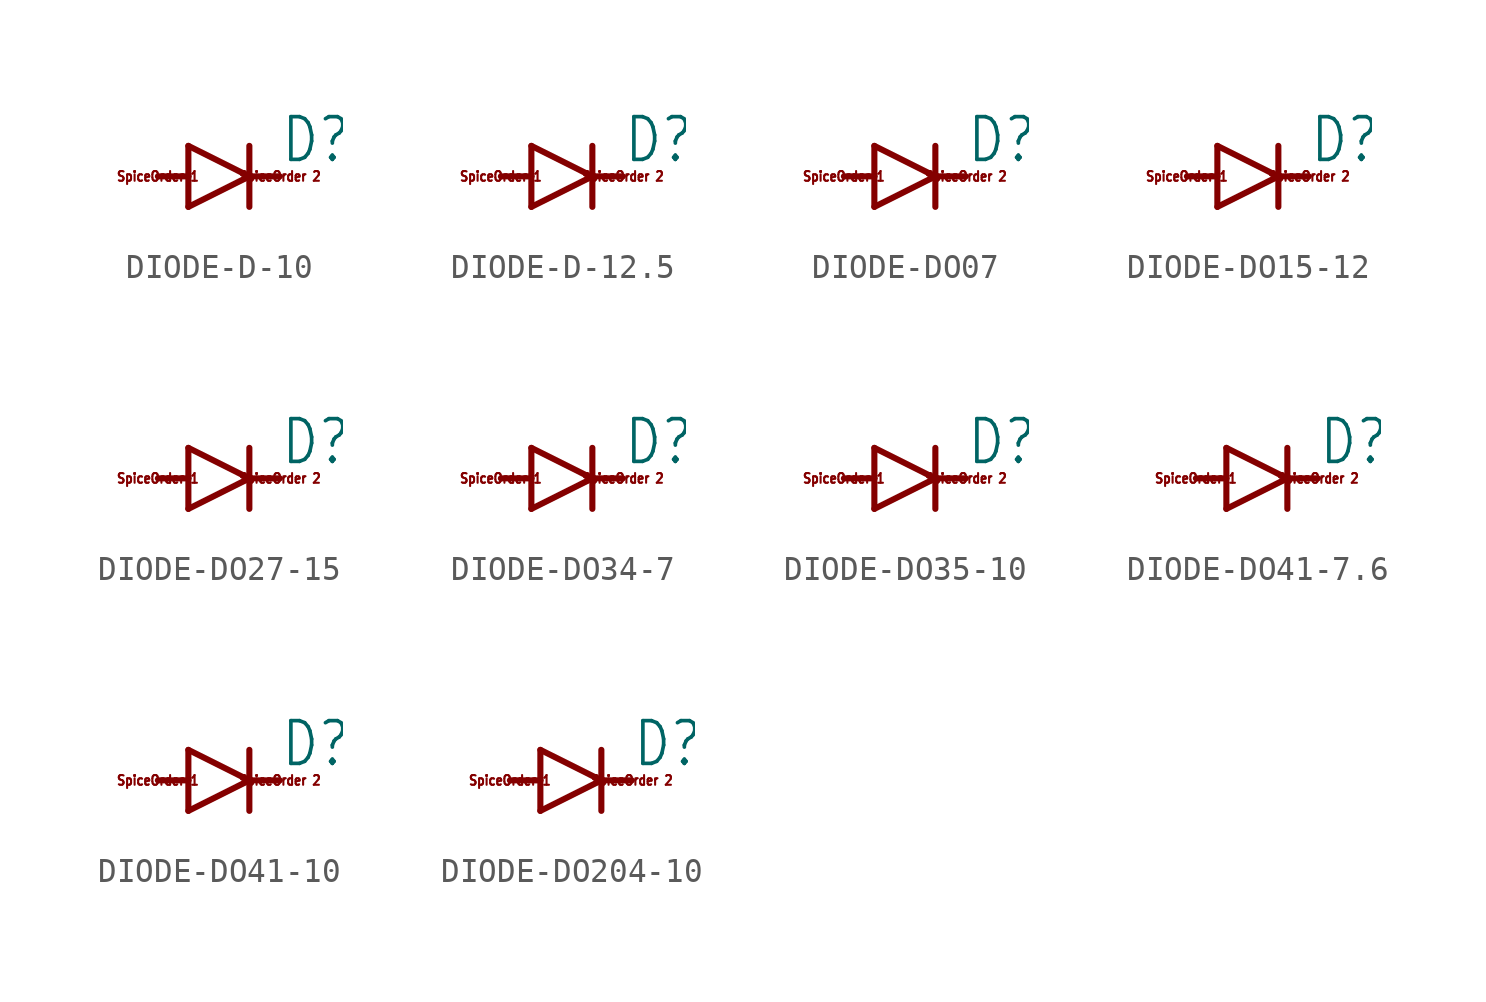
<source format=kicad_sym>
(kicad_symbol_lib
  (version 20220914)
  (generator kicad_symbol_editor)
  (symbol "DIODE-D-10"
    (property "Reference" "D"
      (at 2.54 0.483 0)
      (effects (font (size 1.778 1.511)) (justify left bottom)))
    (property "Value" ""
      (at 2.54 -2.311 0)
      (effects (font (size 1.778 1.511)) (justify left bottom)))
    (property "ki_locked" ""
      (at 0 0 0)
      (effects (font (size 1.27 1.27))))
    (symbol "DIODE-D-10_1_0"
      (polyline (pts (xy -1.27 -1.27) (xy 1.27 0)) (stroke (width 0.254) (type solid)) (fill (type none)))
      (polyline (pts (xy -1.27 0) (xy -2.54 0)) (stroke (width 0.254) (type solid)) (fill (type none)))
      (polyline (pts (xy -1.27 0) (xy -1.27 -1.27)) (stroke (width 0.254) (type solid)) (fill (type none)))
      (polyline (pts (xy -1.27 1.27) (xy -1.27 0)) (stroke (width 0.254) (type solid)) (fill (type none)))
      (polyline (pts (xy 1.27 0) (xy -1.27 1.27)) (stroke (width 0.254) (type solid)) (fill (type none)))
      (polyline (pts (xy 1.27 0) (xy 1.27 -1.27)) (stroke (width 0.254) (type solid)) (fill (type none)))
      (polyline (pts (xy 1.27 1.27) (xy 1.27 0)) (stroke (width 0.254) (type solid)) (fill (type none)))
      (polyline (pts (xy 2.54 0) (xy 1.27 0)) (stroke (width 0.254) (type solid)) (fill (type none)))
      (text "SpiceOrder 1" (at -2.54 0 0) (effects (font (size 0.406 0.345))))
      (text "SpiceOrder 2" (at 2.54 0 0) (effects (font (size 0.406 0.345))))
      (pin passive line (at -2.54 0 0) (length 0) (name "A" (effects (font (size 0 0)))) (number "A" (effects (font (size 0 0)))))
      (pin passive line (at 2.54 0 180) (length 0) (name "C" (effects (font (size 0 0)))) (number "C" (effects (font (size 0 0)))))))
  (symbol "DIODE-D-12.5"
    (property "Reference" "D"
      (at 2.54 0.483 0)
      (effects (font (size 1.778 1.511)) (justify left bottom)))
    (property "Value" ""
      (at 2.54 -2.311 0)
      (effects (font (size 1.778 1.511)) (justify left bottom)))
    (property "ki_locked" ""
      (at 0 0 0)
      (effects (font (size 1.27 1.27))))
    (symbol "DIODE-D-12.5_1_0"
      (polyline (pts (xy -1.27 -1.27) (xy 1.27 0)) (stroke (width 0.254) (type solid)) (fill (type none)))
      (polyline (pts (xy -1.27 0) (xy -2.54 0)) (stroke (width 0.254) (type solid)) (fill (type none)))
      (polyline (pts (xy -1.27 0) (xy -1.27 -1.27)) (stroke (width 0.254) (type solid)) (fill (type none)))
      (polyline (pts (xy -1.27 1.27) (xy -1.27 0)) (stroke (width 0.254) (type solid)) (fill (type none)))
      (polyline (pts (xy 1.27 0) (xy -1.27 1.27)) (stroke (width 0.254) (type solid)) (fill (type none)))
      (polyline (pts (xy 1.27 0) (xy 1.27 -1.27)) (stroke (width 0.254) (type solid)) (fill (type none)))
      (polyline (pts (xy 1.27 1.27) (xy 1.27 0)) (stroke (width 0.254) (type solid)) (fill (type none)))
      (polyline (pts (xy 2.54 0) (xy 1.27 0)) (stroke (width 0.254) (type solid)) (fill (type none)))
      (text "SpiceOrder 1" (at -2.54 0 0) (effects (font (size 0.406 0.345))))
      (text "SpiceOrder 2" (at 2.54 0 0) (effects (font (size 0.406 0.345))))
      (pin passive line (at -2.54 0 0) (length 0) (name "A" (effects (font (size 0 0)))) (number "A" (effects (font (size 0 0)))))
      (pin passive line (at 2.54 0 180) (length 0) (name "C" (effects (font (size 0 0)))) (number "C" (effects (font (size 0 0)))))))
  (symbol "DIODE-DO07"
    (property "Reference" "D"
      (at 2.54 0.483 0)
      (effects (font (size 1.778 1.511)) (justify left bottom)))
    (property "Value" ""
      (at 2.54 -2.311 0)
      (effects (font (size 1.778 1.511)) (justify left bottom)))
    (property "ki_locked" ""
      (at 0 0 0)
      (effects (font (size 1.27 1.27))))
    (symbol "DIODE-DO07_1_0"
      (polyline (pts (xy -1.27 -1.27) (xy 1.27 0)) (stroke (width 0.254) (type solid)) (fill (type none)))
      (polyline (pts (xy -1.27 0) (xy -2.54 0)) (stroke (width 0.254) (type solid)) (fill (type none)))
      (polyline (pts (xy -1.27 0) (xy -1.27 -1.27)) (stroke (width 0.254) (type solid)) (fill (type none)))
      (polyline (pts (xy -1.27 1.27) (xy -1.27 0)) (stroke (width 0.254) (type solid)) (fill (type none)))
      (polyline (pts (xy 1.27 0) (xy -1.27 1.27)) (stroke (width 0.254) (type solid)) (fill (type none)))
      (polyline (pts (xy 1.27 0) (xy 1.27 -1.27)) (stroke (width 0.254) (type solid)) (fill (type none)))
      (polyline (pts (xy 1.27 1.27) (xy 1.27 0)) (stroke (width 0.254) (type solid)) (fill (type none)))
      (polyline (pts (xy 2.54 0) (xy 1.27 0)) (stroke (width 0.254) (type solid)) (fill (type none)))
      (text "SpiceOrder 1" (at -2.54 0 0) (effects (font (size 0.406 0.345))))
      (text "SpiceOrder 2" (at 2.54 0 0) (effects (font (size 0.406 0.345))))
      (pin passive line (at -2.54 0 0) (length 0) (name "A" (effects (font (size 0 0)))) (number "A" (effects (font (size 0 0)))))
      (pin passive line (at 2.54 0 180) (length 0) (name "C" (effects (font (size 0 0)))) (number "C" (effects (font (size 0 0)))))))
  (symbol "DIODE-DO15-12"
    (property "Reference" "D"
      (at 2.54 0.483 0)
      (effects (font (size 1.778 1.511)) (justify left bottom)))
    (property "Value" ""
      (at 2.54 -2.311 0)
      (effects (font (size 1.778 1.511)) (justify left bottom)))
    (property "ki_locked" ""
      (at 0 0 0)
      (effects (font (size 1.27 1.27))))
    (symbol "DIODE-DO15-12_1_0"
      (polyline (pts (xy -1.27 -1.27) (xy 1.27 0)) (stroke (width 0.254) (type solid)) (fill (type none)))
      (polyline (pts (xy -1.27 0) (xy -2.54 0)) (stroke (width 0.254) (type solid)) (fill (type none)))
      (polyline (pts (xy -1.27 0) (xy -1.27 -1.27)) (stroke (width 0.254) (type solid)) (fill (type none)))
      (polyline (pts (xy -1.27 1.27) (xy -1.27 0)) (stroke (width 0.254) (type solid)) (fill (type none)))
      (polyline (pts (xy 1.27 0) (xy -1.27 1.27)) (stroke (width 0.254) (type solid)) (fill (type none)))
      (polyline (pts (xy 1.27 0) (xy 1.27 -1.27)) (stroke (width 0.254) (type solid)) (fill (type none)))
      (polyline (pts (xy 1.27 1.27) (xy 1.27 0)) (stroke (width 0.254) (type solid)) (fill (type none)))
      (polyline (pts (xy 2.54 0) (xy 1.27 0)) (stroke (width 0.254) (type solid)) (fill (type none)))
      (text "SpiceOrder 1" (at -2.54 0 0) (effects (font (size 0.406 0.345))))
      (text "SpiceOrder 2" (at 2.54 0 0) (effects (font (size 0.406 0.345))))
      (pin passive line (at -2.54 0 0) (length 0) (name "A" (effects (font (size 0 0)))) (number "A" (effects (font (size 0 0)))))
      (pin passive line (at 2.54 0 180) (length 0) (name "C" (effects (font (size 0 0)))) (number "C" (effects (font (size 0 0)))))))
  (symbol "DIODE-DO27-15"
    (property "Reference" "D"
      (at 2.54 0.483 0)
      (effects (font (size 1.778 1.511)) (justify left bottom)))
    (property "Value" ""
      (at 2.54 -2.311 0)
      (effects (font (size 1.778 1.511)) (justify left bottom)))
    (property "ki_locked" ""
      (at 0 0 0)
      (effects (font (size 1.27 1.27))))
    (symbol "DIODE-DO27-15_1_0"
      (polyline (pts (xy -1.27 -1.27) (xy 1.27 0)) (stroke (width 0.254) (type solid)) (fill (type none)))
      (polyline (pts (xy -1.27 0) (xy -2.54 0)) (stroke (width 0.254) (type solid)) (fill (type none)))
      (polyline (pts (xy -1.27 0) (xy -1.27 -1.27)) (stroke (width 0.254) (type solid)) (fill (type none)))
      (polyline (pts (xy -1.27 1.27) (xy -1.27 0)) (stroke (width 0.254) (type solid)) (fill (type none)))
      (polyline (pts (xy 1.27 0) (xy -1.27 1.27)) (stroke (width 0.254) (type solid)) (fill (type none)))
      (polyline (pts (xy 1.27 0) (xy 1.27 -1.27)) (stroke (width 0.254) (type solid)) (fill (type none)))
      (polyline (pts (xy 1.27 1.27) (xy 1.27 0)) (stroke (width 0.254) (type solid)) (fill (type none)))
      (polyline (pts (xy 2.54 0) (xy 1.27 0)) (stroke (width 0.254) (type solid)) (fill (type none)))
      (text "SpiceOrder 1" (at -2.54 0 0) (effects (font (size 0.406 0.345))))
      (text "SpiceOrder 2" (at 2.54 0 0) (effects (font (size 0.406 0.345))))
      (pin passive line (at -2.54 0 0) (length 0) (name "A" (effects (font (size 0 0)))) (number "A" (effects (font (size 0 0)))))
      (pin passive line (at 2.54 0 180) (length 0) (name "C" (effects (font (size 0 0)))) (number "C" (effects (font (size 0 0)))))))
  (symbol "DIODE-DO34-7"
    (property "Reference" "D"
      (at 2.54 0.483 0)
      (effects (font (size 1.778 1.511)) (justify left bottom)))
    (property "Value" ""
      (at 2.54 -2.311 0)
      (effects (font (size 1.778 1.511)) (justify left bottom)))
    (property "ki_locked" ""
      (at 0 0 0)
      (effects (font (size 1.27 1.27))))
    (symbol "DIODE-DO34-7_1_0"
      (polyline (pts (xy -1.27 -1.27) (xy 1.27 0)) (stroke (width 0.254) (type solid)) (fill (type none)))
      (polyline (pts (xy -1.27 0) (xy -2.54 0)) (stroke (width 0.254) (type solid)) (fill (type none)))
      (polyline (pts (xy -1.27 0) (xy -1.27 -1.27)) (stroke (width 0.254) (type solid)) (fill (type none)))
      (polyline (pts (xy -1.27 1.27) (xy -1.27 0)) (stroke (width 0.254) (type solid)) (fill (type none)))
      (polyline (pts (xy 1.27 0) (xy -1.27 1.27)) (stroke (width 0.254) (type solid)) (fill (type none)))
      (polyline (pts (xy 1.27 0) (xy 1.27 -1.27)) (stroke (width 0.254) (type solid)) (fill (type none)))
      (polyline (pts (xy 1.27 1.27) (xy 1.27 0)) (stroke (width 0.254) (type solid)) (fill (type none)))
      (polyline (pts (xy 2.54 0) (xy 1.27 0)) (stroke (width 0.254) (type solid)) (fill (type none)))
      (text "SpiceOrder 1" (at -2.54 0 0) (effects (font (size 0.406 0.345))))
      (text "SpiceOrder 2" (at 2.54 0 0) (effects (font (size 0.406 0.345))))
      (pin passive line (at -2.54 0 0) (length 0) (name "A" (effects (font (size 0 0)))) (number "A" (effects (font (size 0 0)))))
      (pin passive line (at 2.54 0 180) (length 0) (name "C" (effects (font (size 0 0)))) (number "C" (effects (font (size 0 0)))))))
  (symbol "DIODE-DO35-10"
    (property "Reference" "D"
      (at 2.54 0.483 0)
      (effects (font (size 1.778 1.511)) (justify left bottom)))
    (property "Value" ""
      (at 2.54 -2.311 0)
      (effects (font (size 1.778 1.511)) (justify left bottom)))
    (property "ki_locked" ""
      (at 0 0 0)
      (effects (font (size 1.27 1.27))))
    (symbol "DIODE-DO35-10_1_0"
      (polyline (pts (xy -1.27 -1.27) (xy 1.27 0)) (stroke (width 0.254) (type solid)) (fill (type none)))
      (polyline (pts (xy -1.27 0) (xy -2.54 0)) (stroke (width 0.254) (type solid)) (fill (type none)))
      (polyline (pts (xy -1.27 0) (xy -1.27 -1.27)) (stroke (width 0.254) (type solid)) (fill (type none)))
      (polyline (pts (xy -1.27 1.27) (xy -1.27 0)) (stroke (width 0.254) (type solid)) (fill (type none)))
      (polyline (pts (xy 1.27 0) (xy -1.27 1.27)) (stroke (width 0.254) (type solid)) (fill (type none)))
      (polyline (pts (xy 1.27 0) (xy 1.27 -1.27)) (stroke (width 0.254) (type solid)) (fill (type none)))
      (polyline (pts (xy 1.27 1.27) (xy 1.27 0)) (stroke (width 0.254) (type solid)) (fill (type none)))
      (polyline (pts (xy 2.54 0) (xy 1.27 0)) (stroke (width 0.254) (type solid)) (fill (type none)))
      (text "SpiceOrder 1" (at -2.54 0 0) (effects (font (size 0.406 0.345))))
      (text "SpiceOrder 2" (at 2.54 0 0) (effects (font (size 0.406 0.345))))
      (pin passive line (at -2.54 0 0) (length 0) (name "A" (effects (font (size 0 0)))) (number "A" (effects (font (size 0 0)))))
      (pin passive line (at 2.54 0 180) (length 0) (name "C" (effects (font (size 0 0)))) (number "C" (effects (font (size 0 0)))))))
  (symbol "DIODE-DO41-7.6"
    (property "Reference" "D"
      (at 2.54 0.483 0)
      (effects (font (size 1.778 1.511)) (justify left bottom)))
    (property "Value" ""
      (at 2.54 -2.311 0)
      (effects (font (size 1.778 1.511)) (justify left bottom)))
    (property "ki_locked" ""
      (at 0 0 0)
      (effects (font (size 1.27 1.27))))
    (symbol "DIODE-DO41-7.6_1_0"
      (polyline (pts (xy -1.27 -1.27) (xy 1.27 0)) (stroke (width 0.254) (type solid)) (fill (type none)))
      (polyline (pts (xy -1.27 0) (xy -2.54 0)) (stroke (width 0.254) (type solid)) (fill (type none)))
      (polyline (pts (xy -1.27 0) (xy -1.27 -1.27)) (stroke (width 0.254) (type solid)) (fill (type none)))
      (polyline (pts (xy -1.27 1.27) (xy -1.27 0)) (stroke (width 0.254) (type solid)) (fill (type none)))
      (polyline (pts (xy 1.27 0) (xy -1.27 1.27)) (stroke (width 0.254) (type solid)) (fill (type none)))
      (polyline (pts (xy 1.27 0) (xy 1.27 -1.27)) (stroke (width 0.254) (type solid)) (fill (type none)))
      (polyline (pts (xy 1.27 1.27) (xy 1.27 0)) (stroke (width 0.254) (type solid)) (fill (type none)))
      (polyline (pts (xy 2.54 0) (xy 1.27 0)) (stroke (width 0.254) (type solid)) (fill (type none)))
      (text "SpiceOrder 1" (at -2.54 0 0) (effects (font (size 0.406 0.345))))
      (text "SpiceOrder 2" (at 2.54 0 0) (effects (font (size 0.406 0.345))))
      (pin passive line (at -2.54 0 0) (length 0) (name "A" (effects (font (size 0 0)))) (number "A" (effects (font (size 0 0)))))
      (pin passive line (at 2.54 0 180) (length 0) (name "C" (effects (font (size 0 0)))) (number "C" (effects (font (size 0 0)))))))
  (symbol "DIODE-DO41-10"
    (property "Reference" "D"
      (at 2.54 0.483 0)
      (effects (font (size 1.778 1.511)) (justify left bottom)))
    (property "Value" ""
      (at 2.54 -2.311 0)
      (effects (font (size 1.778 1.511)) (justify left bottom)))
    (property "ki_locked" ""
      (at 0 0 0)
      (effects (font (size 1.27 1.27))))
    (symbol "DIODE-DO41-10_1_0"
      (polyline (pts (xy -1.27 -1.27) (xy 1.27 0)) (stroke (width 0.254) (type solid)) (fill (type none)))
      (polyline (pts (xy -1.27 0) (xy -2.54 0)) (stroke (width 0.254) (type solid)) (fill (type none)))
      (polyline (pts (xy -1.27 0) (xy -1.27 -1.27)) (stroke (width 0.254) (type solid)) (fill (type none)))
      (polyline (pts (xy -1.27 1.27) (xy -1.27 0)) (stroke (width 0.254) (type solid)) (fill (type none)))
      (polyline (pts (xy 1.27 0) (xy -1.27 1.27)) (stroke (width 0.254) (type solid)) (fill (type none)))
      (polyline (pts (xy 1.27 0) (xy 1.27 -1.27)) (stroke (width 0.254) (type solid)) (fill (type none)))
      (polyline (pts (xy 1.27 1.27) (xy 1.27 0)) (stroke (width 0.254) (type solid)) (fill (type none)))
      (polyline (pts (xy 2.54 0) (xy 1.27 0)) (stroke (width 0.254) (type solid)) (fill (type none)))
      (text "SpiceOrder 1" (at -2.54 0 0) (effects (font (size 0.406 0.345))))
      (text "SpiceOrder 2" (at 2.54 0 0) (effects (font (size 0.406 0.345))))
      (pin passive line (at -2.54 0 0) (length 0) (name "A" (effects (font (size 0 0)))) (number "A" (effects (font (size 0 0)))))
      (pin passive line (at 2.54 0 180) (length 0) (name "C" (effects (font (size 0 0)))) (number "C" (effects (font (size 0 0)))))))
  (symbol "DIODE-DO204-10"
    (property "Reference" "D"
      (at 2.54 0.483 0)
      (effects (font (size 1.778 1.511)) (justify left bottom)))
    (property "Value" ""
      (at 2.54 -2.311 0)
      (effects (font (size 1.778 1.511)) (justify left bottom)))
    (property "ki_locked" ""
      (at 0 0 0)
      (effects (font (size 1.27 1.27))))
    (symbol "DIODE-DO204-10_1_0"
      (polyline (pts (xy -1.27 -1.27) (xy 1.27 0)) (stroke (width 0.254) (type solid)) (fill (type none)))
      (polyline (pts (xy -1.27 0) (xy -2.54 0)) (stroke (width 0.254) (type solid)) (fill (type none)))
      (polyline (pts (xy -1.27 0) (xy -1.27 -1.27)) (stroke (width 0.254) (type solid)) (fill (type none)))
      (polyline (pts (xy -1.27 1.27) (xy -1.27 0)) (stroke (width 0.254) (type solid)) (fill (type none)))
      (polyline (pts (xy 1.27 0) (xy -1.27 1.27)) (stroke (width 0.254) (type solid)) (fill (type none)))
      (polyline (pts (xy 1.27 0) (xy 1.27 -1.27)) (stroke (width 0.254) (type solid)) (fill (type none)))
      (polyline (pts (xy 1.27 1.27) (xy 1.27 0)) (stroke (width 0.254) (type solid)) (fill (type none)))
      (polyline (pts (xy 2.54 0) (xy 1.27 0)) (stroke (width 0.254) (type solid)) (fill (type none)))
      (text "SpiceOrder 1" (at -2.54 0 0) (effects (font (size 0.406 0.345))))
      (text "SpiceOrder 2" (at 2.54 0 0) (effects (font (size 0.406 0.345))))
      (pin passive line (at -2.54 0 0) (length 0) (name "A" (effects (font (size 0 0)))) (number "A" (effects (font (size 0 0)))))
      (pin passive line (at 2.54 0 180) (length 0) (name "C" (effects (font (size 0 0)))) (number "C" (effects (font (size 0 0))))))))
</source>
